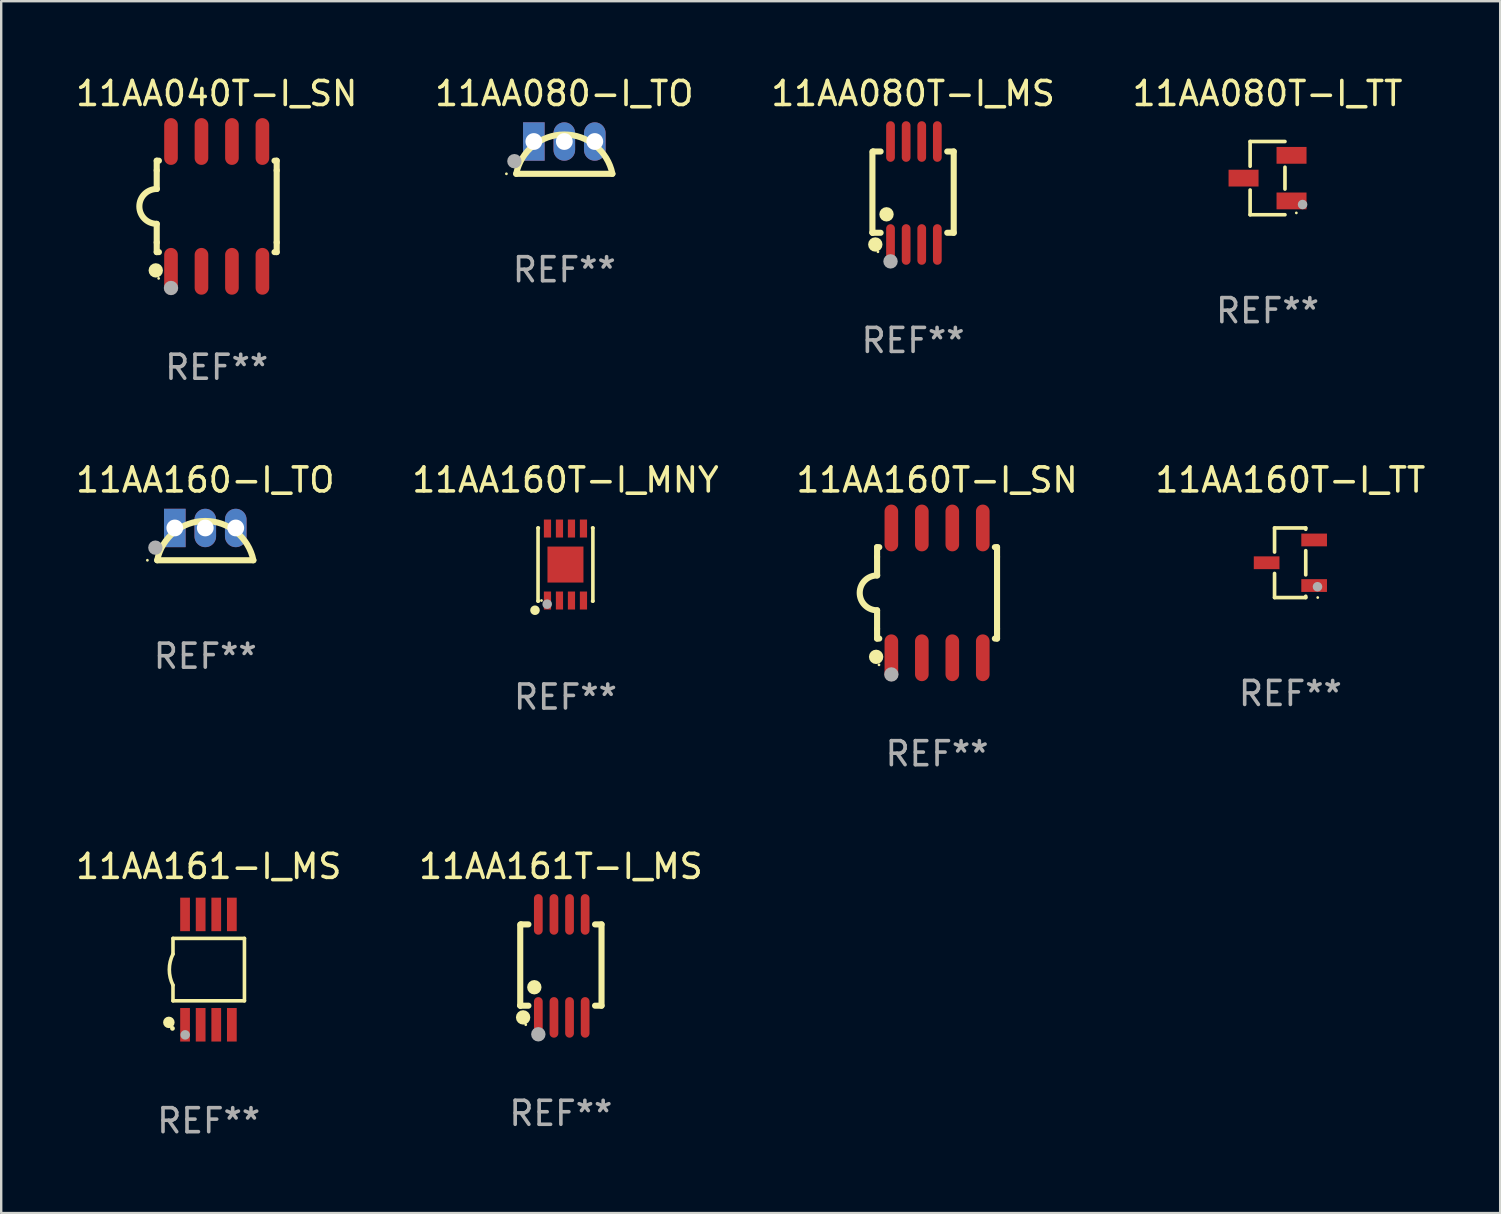
<source format=kicad_pcb>
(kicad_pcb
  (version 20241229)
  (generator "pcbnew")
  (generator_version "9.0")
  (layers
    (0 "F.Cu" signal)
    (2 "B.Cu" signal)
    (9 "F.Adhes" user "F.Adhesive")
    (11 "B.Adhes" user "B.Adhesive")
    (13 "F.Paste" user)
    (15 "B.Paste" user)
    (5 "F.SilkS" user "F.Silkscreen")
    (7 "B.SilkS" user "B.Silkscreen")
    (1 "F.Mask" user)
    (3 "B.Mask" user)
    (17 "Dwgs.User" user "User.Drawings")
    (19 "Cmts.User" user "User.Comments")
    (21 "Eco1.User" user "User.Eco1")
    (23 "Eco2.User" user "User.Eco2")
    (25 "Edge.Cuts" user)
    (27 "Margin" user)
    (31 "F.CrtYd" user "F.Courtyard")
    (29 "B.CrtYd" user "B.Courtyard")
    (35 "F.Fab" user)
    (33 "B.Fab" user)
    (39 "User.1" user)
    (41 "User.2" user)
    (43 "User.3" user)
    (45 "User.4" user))
  (footprint "11AA080T-I_TT"
    (layer "F.Cu")
    (at 49.78 4.374)
    (property "Reference" "11AA080T-I_TT" (at 0 -3.526 0) (layer "F.SilkS") (effects (font (size 1 1) (thickness 0.15))))
    (attr through_hole)
    (fp_line (start -0.726 -1.526) (end -0.726 -0.495) (stroke (width 0.152) (type solid)) (layer "F.SilkS"))
    (fp_line (start -0.726 1.526) (end -0.726 0.495) (stroke (width 0.152) (type solid)) (layer "F.SilkS"))
    (fp_line (start 0.726 -1.526) (end -0.726 -1.526) (stroke (width 0.152) (type solid)) (layer "F.SilkS"))
    (fp_line (start 0.726 -0.455) (end 0.726 0.455) (stroke (width 0.152) (type solid)) (layer "F.SilkS"))
    (fp_line (start 0.726 1.526) (end -0.726 1.526) (stroke (width 0.152) (type solid)) (layer "F.SilkS"))
    (fp_circle (center 1.2 1.45) (end 1.23 1.45) (stroke (width 0.06) (type solid)) (fill no) (layer "F.SilkS"))
    (fp_circle (center 1.46 1.1) (end 1.56 1.1) (stroke (width 0.2) (type solid)) (fill no) (layer "F.Fab"))
    (fp_text user "REF**" (at 0 5.526 0) (layer "F.Fab") (effects (font (size 1 1) (thickness 0.15))))
    (pad "1" smd rect (at 1 0.95) (size 1.25 0.7) (layers "F.Cu" "F.Mask" "F.Paste"))
    (pad "2" smd rect (at 1 -0.95) (size 1.25 0.7) (layers "F.Cu" "F.Mask" "F.Paste"))
    (pad "3" smd rect (at -1 0) (size 1.25 0.7) (layers "F.Cu" "F.Mask" "F.Paste")))
  (footprint "11AA160-I_TO"
    (layer "F.Cu")
    (at 5.506 19.628)
    (property "Reference" "11AA160-I_TO" (at 0 -2.673 0) (layer "F.SilkS") (effects (font (size 1 1) (thickness 0.15))))
    (attr through_hole)
    (fp_line (start -2.004 0.673) (end 2.004 0.673) (stroke (width 0.254) (type solid)) (layer "F.SilkS"))
    (fp_arc (start -2.004496 0.67272) (mid 0.000083 -0.964432) (end 2.004496 0.672924) (stroke (width 0.254001) (type solid)) (layer "F.SilkS"))
    (fp_circle (center -2.413 0.673) (end -2.383 0.673) (stroke (width 0.06) (type solid)) (fill no) (layer "F.SilkS"))
    (fp_circle (center -2.08 0.147) (end -1.93 0.147) (stroke (width 0.3) (type solid)) (fill no) (layer "F.Fab"))
    (fp_text user "REF**" (at 0 4.673 0) (layer "F.Fab") (effects (font (size 1 1) (thickness 0.15))))
    (pad "1" thru_hole rect (at -1.27 -0.673) (size 0.9 1.6) (drill 0.7) (layers "*.Cu" "*.Mask"))
    (pad "2" thru_hole oval (at 0.000051 -0.673) (size 0.9 1.6) (drill 0.7) (layers "*.Cu" "*.Mask"))
    (pad "3" thru_hole oval (at 1.27 -0.673) (size 0.9 1.6) (drill 0.7) (layers "*.Cu" "*.Mask")))
  (footprint "11AA161-I_MS"
    (layer "F.Cu")
    (at 5.649 37.362)
    (property "Reference" "11AA161-I_MS" (at 0 -4.3 0) (layer "F.SilkS") (effects (font (size 1 1) (thickness 0.15))))
    (attr through_hole)
    (fp_line (start -1.489 -1.3) (end -1.489 -0.648) (stroke (width 0.15) (type solid)) (layer "F.SilkS"))
    (fp_line (start -1.489 0.648) (end -1.489 1.3) (stroke (width 0.15) (type solid)) (layer "F.SilkS"))
    (fp_line (start -1.489 1.3) (end 1.489 1.3) (stroke (width 0.15) (type solid)) (layer "F.SilkS"))
    (fp_line (start 1.489 -1.3) (end -1.489 -1.3) (stroke (width 0.15) (type solid)) (layer "F.SilkS"))
    (fp_line (start 1.489 1.3) (end 1.489 -1.3) (stroke (width 0.15) (type solid)) (layer "F.SilkS"))
    (fp_arc (start -1.489205 0.647702) (mid -1.642107 0) (end -1.489205 -0.647701) (stroke (width 0.150013) (type solid)) (layer "F.SilkS"))
    (fp_circle (center -1.661 2.2) (end -1.541 2.2) (stroke (width 0.24) (type solid)) (fill no) (layer "F.SilkS"))
    (fp_circle (center -1.511 2.45) (end -1.461 2.45) (stroke (width 0.1) (type solid)) (fill no) (layer "F.SilkS"))
    (fp_circle (center -0.981 2.72) (end -0.881 2.72) (stroke (width 0.2) (type solid)) (fill no) (layer "F.Fab"))
    (fp_text user "REF**" (at 0 6.3 0) (layer "F.Fab") (effects (font (size 1 1) (thickness 0.15))))
    (pad "1" smd rect (at -0.986 2.3) (size 0.406 1.397) (layers "F.Cu" "F.Mask" "F.Paste"))
    (pad "2" smd rect (at -0.336 2.3) (size 0.406 1.397) (layers "F.Cu" "F.Mask" "F.Paste"))
    (pad "3" smd rect (at 0.314 2.3) (size 0.406 1.397) (layers "F.Cu" "F.Mask" "F.Paste"))
    (pad "4" smd rect (at 0.964 2.3) (size 0.406 1.397) (layers "F.Cu" "F.Mask" "F.Paste"))
    (pad "5" smd rect (at 0.964 -2.3) (size 0.406 1.397) (layers "F.Cu" "F.Mask" "F.Paste"))
    (pad "6" smd rect (at 0.314 -2.3) (size 0.406 1.397) (layers "F.Cu" "F.Mask" "F.Paste"))
    (pad "7" smd rect (at -0.336 -2.3) (size 0.406 1.397) (layers "F.Cu" "F.Mask" "F.Paste"))
    (pad "8" smd rect (at -0.986 -2.3) (size 0.406 1.397) (layers "F.Cu" "F.Mask" "F.Paste")))
  (footprint "11AA160T-I_TT"
    (layer "F.Cu")
    (at 50.732 20.405)
    (property "Reference" "11AA160T-I_TT" (at 0 -3.45 0) (layer "F.SilkS") (effects (font (size 1 1) (thickness 0.15))))
    (attr through_hole)
    (fp_line (start -0.66 -1.45) (end -0.66 -0.446) (stroke (width 0.152) (type solid)) (layer "F.SilkS"))
    (fp_line (start -0.66 0.446) (end -0.66 1.45) (stroke (width 0.152) (type solid)) (layer "F.SilkS"))
    (fp_line (start -0.66 1.45) (end 0.64 1.45) (stroke (width 0.152) (type solid)) (layer "F.SilkS"))
    (fp_line (start 0.64 -1.45) (end -0.66 -1.45) (stroke (width 0.152) (type solid)) (layer "F.SilkS"))
    (fp_line (start 0.64 -1.396) (end 0.64 -1.45) (stroke (width 0.152) (type solid)) (layer "F.SilkS"))
    (fp_line (start 0.64 0.504) (end 0.64 -0.504) (stroke (width 0.152) (type solid)) (layer "F.SilkS"))
    (fp_line (start 0.64 1.45) (end 0.64 1.396) (stroke (width 0.152) (type solid)) (layer "F.SilkS"))
    (fp_circle (center 1.14 1.45) (end 1.17 1.45) (stroke (width 0.06) (type solid)) (fill no) (layer "F.SilkS"))
    (fp_circle (center 1.13 1) (end 1.23 1) (stroke (width 0.2) (type solid)) (fill no) (layer "F.Fab"))
    (fp_text user "REF**" (at 0 5.45 0) (layer "F.Fab") (effects (font (size 1 1) (thickness 0.15))))
    (pad "1" smd rect (at 0.99 0.95) (size 1.07 0.532) (layers "F.Cu" "F.Mask" "F.Paste"))
    (pad "2" smd rect (at 0.99 -0.95) (size 1.07 0.532) (layers "F.Cu" "F.Mask" "F.Paste"))
    (pad "3" smd rect (at -0.99 -0.000013) (size 1.07 0.532) (layers "F.Cu" "F.Mask" "F.Paste")))
  (footprint "11AA040T-I_SN"
    (layer "F.Cu")
    (at 5.982 5.553)
    (property "Reference" "11AA040T-I_SN" (at 0 -4.705 0) (layer "F.SilkS") (effects (font (size 1 1) (thickness 0.15))))
    (attr through_hole)
    (fp_line (start -2.5 -1.905) (end -2.409 -1.905) (stroke (width 0.254) (type solid)) (layer "F.SilkS"))
    (fp_line (start -2.5 -1.5) (end -2.5 -1.905) (stroke (width 0.254) (type solid)) (layer "F.SilkS"))
    (fp_line (start -2.5 -1.5) (end -2.5 -0.726) (stroke (width 0.254) (type solid)) (layer "F.SilkS"))
    (fp_line (start -2.5 1.5) (end -2.5 0.727) (stroke (width 0.254) (type solid)) (layer "F.SilkS"))
    (fp_line (start -2.5 1.5) (end -2.5 1.905) (stroke (width 0.254) (type solid)) (layer "F.SilkS"))
    (fp_line (start -2.5 1.905) (end -2.409 1.905) (stroke (width 0.254) (type solid)) (layer "F.SilkS"))
    (fp_line (start 2.5 -1.905) (end 2.409 -1.905) (stroke (width 0.254) (type solid)) (layer "F.SilkS"))
    (fp_line (start 2.5 -1.5) (end 2.5 -1.905) (stroke (width 0.254) (type solid)) (layer "F.SilkS"))
    (fp_line (start 2.5 -1.5) (end 2.5 1.5) (stroke (width 0.254) (type solid)) (layer "F.SilkS"))
    (fp_line (start 2.5 1.5) (end 2.5 1.905) (stroke (width 0.254) (type solid)) (layer "F.SilkS"))
    (fp_line (start 2.5 1.905) (end 2.409 1.905) (stroke (width 0.254) (type solid)) (layer "F.SilkS"))
    (fp_arc (start -2.5 0.726568) (mid -3.220316 -0.0023) (end -2.495097 -0.726289) (stroke (width 0.254001) (type solid)) (layer "F.SilkS"))
    (fp_circle (center -2.54 2.667) (end -2.39 2.667) (stroke (width 0.3) (type solid)) (fill no) (layer "F.SilkS"))
    (fp_circle (center -2.42 3) (end -2.39 3) (stroke (width 0.06) (type solid)) (fill no) (layer "F.SilkS"))
    (fp_circle (center -1.905 3.4) (end -1.755 3.4) (stroke (width 0.3) (type solid)) (fill no) (layer "F.Fab"))
    (fp_text user "REF**" (at 0 6.705 0) (layer "F.Fab") (effects (font (size 1 1) (thickness 0.15))))
    (pad "1" smd oval (at -1.905 2.705) (size 0.568 1.95) (layers "F.Cu" "F.Mask" "F.Paste"))
    (pad "2" smd oval (at -0.635 2.705) (size 0.568 1.95) (layers "F.Cu" "F.Mask" "F.Paste"))
    (pad "3" smd oval (at 0.635 2.705) (size 0.568 1.95) (layers "F.Cu" "F.Mask" "F.Paste"))
    (pad "4" smd oval (at 1.905 2.705) (size 0.568 1.95) (layers "F.Cu" "F.Mask" "F.Paste"))
    (pad "5" smd oval (at 1.905 -2.705) (size 0.568 1.95) (layers "F.Cu" "F.Mask" "F.Paste"))
    (pad "6" smd oval (at 0.635 -2.705) (size 0.568 1.95) (layers "F.Cu" "F.Mask" "F.Paste"))
    (pad "7" smd oval (at -0.635 -2.705) (size 0.568 1.95) (layers "F.Cu" "F.Mask" "F.Paste"))
    (pad "8" smd oval (at -1.905 -2.705) (size 0.568 1.95) (layers "F.Cu" "F.Mask" "F.Paste")))
  (footprint "11AA080-I_TO"
    (layer "F.Cu")
    (at 20.47 3.521)
    (property "Reference" "11AA080-I_TO" (at 0 -2.673 0) (layer "F.SilkS") (effects (font (size 1 1) (thickness 0.15))))
    (attr through_hole)
    (fp_line (start -2.004 0.673) (end 2.004 0.673) (stroke (width 0.254) (type solid)) (layer "F.SilkS"))
    (fp_arc (start -2.004496 0.67272) (mid 0.000083 -0.964432) (end 2.004496 0.672924) (stroke (width 0.254001) (type solid)) (layer "F.SilkS"))
    (fp_circle (center -2.413 0.673) (end -2.383 0.673) (stroke (width 0.06) (type solid)) (fill no) (layer "F.SilkS"))
    (fp_circle (center -2.08 0.147) (end -1.93 0.147) (stroke (width 0.3) (type solid)) (fill no) (layer "F.Fab"))
    (fp_text user "REF**" (at 0 4.673 0) (layer "F.Fab") (effects (font (size 1 1) (thickness 0.15))))
    (pad "1" thru_hole rect (at -1.27 -0.673) (size 0.9 1.6) (drill 0.7) (layers "*.Cu" "*.Mask"))
    (pad "2" thru_hole oval (at 0.000051 -0.673) (size 0.9 1.6) (drill 0.7) (layers "*.Cu" "*.Mask"))
    (pad "3" thru_hole oval (at 1.27 -0.673) (size 0.9 1.6) (drill 0.7) (layers "*.Cu" "*.Mask")))
  (footprint "11AA080T-I_MS"
    (layer "F.Cu")
    (at 35.006 4.994)
    (property "Reference" "11AA080T-I_MS" (at 0 -4.146 0) (layer "F.SilkS") (effects (font (size 1 1) (thickness 0.15))))
    (attr through_hole)
    (fp_line (start -1.694 -1.724) (end -1.694 1.652) (stroke (width 0.254) (type solid)) (layer "F.SilkS"))
    (fp_line (start -1.694 1.652) (end -1.688 1.658) (stroke (width 0.254) (type solid)) (layer "F.SilkS"))
    (fp_line (start -1.688 1.658) (end -1.353 1.658) (stroke (width 0.254) (type solid)) (layer "F.SilkS"))
    (fp_line (start -1.661 -1.73) (end -1.681 -1.71) (stroke (width 0.254) (type solid)) (layer "F.SilkS"))
    (fp_line (start -1.353 -1.73) (end -1.661 -1.73) (stroke (width 0.254) (type solid)) (layer "F.SilkS"))
    (fp_line (start 1.424 1.658) (end 1.694 1.658) (stroke (width 0.254) (type solid)) (layer "F.SilkS"))
    (fp_line (start 1.694 -1.73) (end 1.424 -1.73) (stroke (width 0.254) (type solid)) (layer "F.SilkS"))
    (fp_line (start 1.694 1.658) (end 1.694 -1.73) (stroke (width 0.254) (type solid)) (layer "F.SilkS"))
    (fp_circle (center -1.574 2.146) (end -1.424 2.146) (stroke (width 0.3) (type solid)) (fill no) (layer "F.SilkS"))
    (fp_circle (center -1.464 2.45) (end -1.434 2.45) (stroke (width 0.06) (type solid)) (fill no) (layer "F.SilkS"))
    (fp_circle (center -1.107 0.889) (end -0.957 0.889) (stroke (width 0.3) (type solid)) (fill no) (layer "F.SilkS"))
    (fp_circle (center -0.94 2.85) (end -0.789 2.85) (stroke (width 0.3) (type solid)) (fill no) (layer "F.Fab"))
    (fp_text user "REF**" (at 0 6.146 0) (layer "F.Fab") (effects (font (size 1 1) (thickness 0.15))))
    (pad "1" smd oval (at -0.94 2.146) (size 0.364 1.692) (layers "F.Cu" "F.Mask" "F.Paste"))
    (pad "2" smd oval (at -0.289 2.146) (size 0.364 1.692) (layers "F.Cu" "F.Mask" "F.Paste"))
    (pad "3" smd oval (at 0.361 2.146) (size 0.364 1.692) (layers "F.Cu" "F.Mask" "F.Paste"))
    (pad "4" smd oval (at 1.011 2.146) (size 0.364 1.692) (layers "F.Cu" "F.Mask" "F.Paste"))
    (pad "5" smd oval (at 1.011 -2.146) (size 0.364 1.692) (layers "F.Cu" "F.Mask" "F.Paste"))
    (pad "6" smd oval (at 0.361 -2.146) (size 0.364 1.692) (layers "F.Cu" "F.Mask" "F.Paste"))
    (pad "7" smd oval (at -0.289 -2.146) (size 0.364 1.692) (layers "F.Cu" "F.Mask" "F.Paste"))
    (pad "8" smd oval (at -0.94 -2.146) (size 0.364 1.692) (layers "F.Cu" "F.Mask" "F.Paste")))
  (footprint "11AA160T-I_SN"
    (layer "F.Cu")
    (at 36.006 21.66)
    (property "Reference" "11AA160T-I_SN" (at 0 -4.705 0) (layer "F.SilkS") (effects (font (size 1 1) (thickness 0.15))))
    (attr through_hole)
    (fp_line (start -2.5 -1.905) (end -2.409 -1.905) (stroke (width 0.254) (type solid)) (layer "F.SilkS"))
    (fp_line (start -2.5 -1.5) (end -2.5 -1.905) (stroke (width 0.254) (type solid)) (layer "F.SilkS"))
    (fp_line (start -2.5 -1.5) (end -2.5 -0.726) (stroke (width 0.254) (type solid)) (layer "F.SilkS"))
    (fp_line (start -2.5 1.5) (end -2.5 0.727) (stroke (width 0.254) (type solid)) (layer "F.SilkS"))
    (fp_line (start -2.5 1.5) (end -2.5 1.905) (stroke (width 0.254) (type solid)) (layer "F.SilkS"))
    (fp_line (start -2.5 1.905) (end -2.409 1.905) (stroke (width 0.254) (type solid)) (layer "F.SilkS"))
    (fp_line (start 2.5 -1.905) (end 2.409 -1.905) (stroke (width 0.254) (type solid)) (layer "F.SilkS"))
    (fp_line (start 2.5 -1.5) (end 2.5 -1.905) (stroke (width 0.254) (type solid)) (layer "F.SilkS"))
    (fp_line (start 2.5 -1.5) (end 2.5 1.5) (stroke (width 0.254) (type solid)) (layer "F.SilkS"))
    (fp_line (start 2.5 1.5) (end 2.5 1.905) (stroke (width 0.254) (type solid)) (layer "F.SilkS"))
    (fp_line (start 2.5 1.905) (end 2.409 1.905) (stroke (width 0.254) (type solid)) (layer "F.SilkS"))
    (fp_arc (start -2.5 0.726568) (mid -3.220316 -0.0023) (end -2.495097 -0.726289) (stroke (width 0.254001) (type solid)) (layer "F.SilkS"))
    (fp_circle (center -2.54 2.667) (end -2.39 2.667) (stroke (width 0.3) (type solid)) (fill no) (layer "F.SilkS"))
    (fp_circle (center -2.42 3) (end -2.39 3) (stroke (width 0.06) (type solid)) (fill no) (layer "F.SilkS"))
    (fp_circle (center -1.905 3.4) (end -1.755 3.4) (stroke (width 0.3) (type solid)) (fill no) (layer "F.Fab"))
    (fp_text user "REF**" (at 0 6.705 0) (layer "F.Fab") (effects (font (size 1 1) (thickness 0.15))))
    (pad "1" smd oval (at -1.905 2.705) (size 0.568 1.95) (layers "F.Cu" "F.Mask" "F.Paste"))
    (pad "2" smd oval (at -0.635 2.705) (size 0.568 1.95) (layers "F.Cu" "F.Mask" "F.Paste"))
    (pad "3" smd oval (at 0.635 2.705) (size 0.568 1.95) (layers "F.Cu" "F.Mask" "F.Paste"))
    (pad "4" smd oval (at 1.905 2.705) (size 0.568 1.95) (layers "F.Cu" "F.Mask" "F.Paste"))
    (pad "5" smd oval (at 1.905 -2.705) (size 0.568 1.95) (layers "F.Cu" "F.Mask" "F.Paste"))
    (pad "6" smd oval (at 0.635 -2.705) (size 0.568 1.95) (layers "F.Cu" "F.Mask" "F.Paste"))
    (pad "7" smd oval (at -0.635 -2.705) (size 0.568 1.95) (layers "F.Cu" "F.Mask" "F.Paste"))
    (pad "8" smd oval (at -1.905 -2.705) (size 0.568 1.95) (layers "F.Cu" "F.Mask" "F.Paste")))
  (footprint "11AA160T-I_MNY"
    (layer "F.Cu")
    (at 20.518 20.479)
    (property "Reference" "11AA160T-I_MNY" (at 0 -3.524 0) (layer "F.SilkS") (effects (font (size 1 1) (thickness 0.15))))
    (attr through_hole)
    (fp_line (start -1.143 -1.524) (end -1.143 1.524) (stroke (width 0.15) (type solid)) (layer "F.SilkS"))
    (fp_line (start -1.143 1.524) (end -1.129 1.524) (stroke (width 0.15) (type solid)) (layer "F.SilkS"))
    (fp_line (start -1.129 -1.524) (end -1.143 -1.524) (stroke (width 0.15) (type solid)) (layer "F.SilkS"))
    (fp_line (start 1.129 1.524) (end 1.143 1.524) (stroke (width 0.15) (type solid)) (layer "F.SilkS"))
    (fp_line (start 1.143 -1.524) (end 1.129 -1.524) (stroke (width 0.15) (type solid)) (layer "F.SilkS"))
    (fp_line (start 1.143 1.524) (end 1.143 -1.524) (stroke (width 0.15) (type solid)) (layer "F.SilkS"))
    (fp_circle (center -1.27 1.905) (end -1.17 1.905) (stroke (width 0.2) (type solid)) (fill no) (layer "F.SilkS"))
    (fp_circle (center -1 1.5) (end -0.97 1.5) (stroke (width 0.06) (type solid)) (fill no) (layer "F.SilkS"))
    (fp_circle (center -0.762 1.651) (end -0.662 1.651) (stroke (width 0.2) (type solid)) (fill no) (layer "F.Fab"))
    (fp_text user "REF**" (at 0 5.524 0) (layer "F.Fab") (effects (font (size 1 1) (thickness 0.15))))
    (pad "1" smd rect (at -0.75 1.5 90) (size 0.75 0.3) (layers "F.Cu" "F.Mask" "F.Paste"))
    (pad "2" smd rect (at -0.25 1.5 90) (size 0.75 0.3) (layers "F.Cu" "F.Mask" "F.Paste"))
    (pad "3" smd rect (at 0.25 1.5 90) (size 0.75 0.3) (layers "F.Cu" "F.Mask" "F.Paste"))
    (pad "4" smd rect (at 0.75 1.5 90) (size 0.75 0.3) (layers "F.Cu" "F.Mask" "F.Paste"))
    (pad "5" smd rect (at 0.75 -1.5 90) (size 0.75 0.3) (layers "F.Cu" "F.Mask" "F.Paste"))
    (pad "6" smd rect (at 0.25 -1.5 90) (size 0.75 0.3) (layers "F.Cu" "F.Mask" "F.Paste"))
    (pad "7" smd rect (at -0.25 -1.5 90) (size 0.75 0.3) (layers "F.Cu" "F.Mask" "F.Paste"))
    (pad "8" smd rect (at -0.75 -1.5 90) (size 0.75 0.3) (layers "F.Cu" "F.Mask" "F.Paste"))
    (pad "9" smd rect (at -0.000254 0.001 90) (size 1.5 1.5) (layers "F.Cu" "F.Mask" "F.Paste")))
  (footprint "11AA161T-I_MS"
    (layer "F.Cu")
    (at 20.327 37.208)
    (property "Reference" "11AA161T-I_MS" (at 0 -4.146 0) (layer "F.SilkS") (effects (font (size 1 1) (thickness 0.15))))
    (attr through_hole)
    (fp_line (start -1.694 -1.724) (end -1.694 1.652) (stroke (width 0.254) (type solid)) (layer "F.SilkS"))
    (fp_line (start -1.694 1.652) (end -1.688 1.658) (stroke (width 0.254) (type solid)) (layer "F.SilkS"))
    (fp_line (start -1.688 1.658) (end -1.353 1.658) (stroke (width 0.254) (type solid)) (layer "F.SilkS"))
    (fp_line (start -1.661 -1.73) (end -1.681 -1.71) (stroke (width 0.254) (type solid)) (layer "F.SilkS"))
    (fp_line (start -1.353 -1.73) (end -1.661 -1.73) (stroke (width 0.254) (type solid)) (layer "F.SilkS"))
    (fp_line (start 1.424 1.658) (end 1.694 1.658) (stroke (width 0.254) (type solid)) (layer "F.SilkS"))
    (fp_line (start 1.694 -1.73) (end 1.424 -1.73) (stroke (width 0.254) (type solid)) (layer "F.SilkS"))
    (fp_line (start 1.694 1.658) (end 1.694 -1.73) (stroke (width 0.254) (type solid)) (layer "F.SilkS"))
    (fp_circle (center -1.574 2.146) (end -1.424 2.146) (stroke (width 0.3) (type solid)) (fill no) (layer "F.SilkS"))
    (fp_circle (center -1.464 2.45) (end -1.434 2.45) (stroke (width 0.06) (type solid)) (fill no) (layer "F.SilkS"))
    (fp_circle (center -1.107 0.889) (end -0.957 0.889) (stroke (width 0.3) (type solid)) (fill no) (layer "F.SilkS"))
    (fp_circle (center -0.94 2.85) (end -0.789 2.85) (stroke (width 0.3) (type solid)) (fill no) (layer "F.Fab"))
    (fp_text user "REF**" (at 0 6.146 0) (layer "F.Fab") (effects (font (size 1 1) (thickness 0.15))))
    (pad "1" smd oval (at -0.94 2.146) (size 0.364 1.692) (layers "F.Cu" "F.Mask" "F.Paste"))
    (pad "2" smd oval (at -0.289 2.146) (size 0.364 1.692) (layers "F.Cu" "F.Mask" "F.Paste"))
    (pad "3" smd oval (at 0.361 2.146) (size 0.364 1.692) (layers "F.Cu" "F.Mask" "F.Paste"))
    (pad "4" smd oval (at 1.011 2.146) (size 0.364 1.692) (layers "F.Cu" "F.Mask" "F.Paste"))
    (pad "5" smd oval (at 1.011 -2.146) (size 0.364 1.692) (layers "F.Cu" "F.Mask" "F.Paste"))
    (pad "6" smd oval (at 0.361 -2.146) (size 0.364 1.692) (layers "F.Cu" "F.Mask" "F.Paste"))
    (pad "7" smd oval (at -0.289 -2.146) (size 0.364 1.692) (layers "F.Cu" "F.Mask" "F.Paste"))
    (pad "8" smd oval (at -0.94 -2.146) (size 0.364 1.692) (layers "F.Cu" "F.Mask" "F.Paste")))
  (gr_rect
    (start -3 -3)
    (end 59.476 47.51)
    (stroke (width 0.1) (type default))
    (fill no)
    (layer "Edge.Cuts")))
</source>
